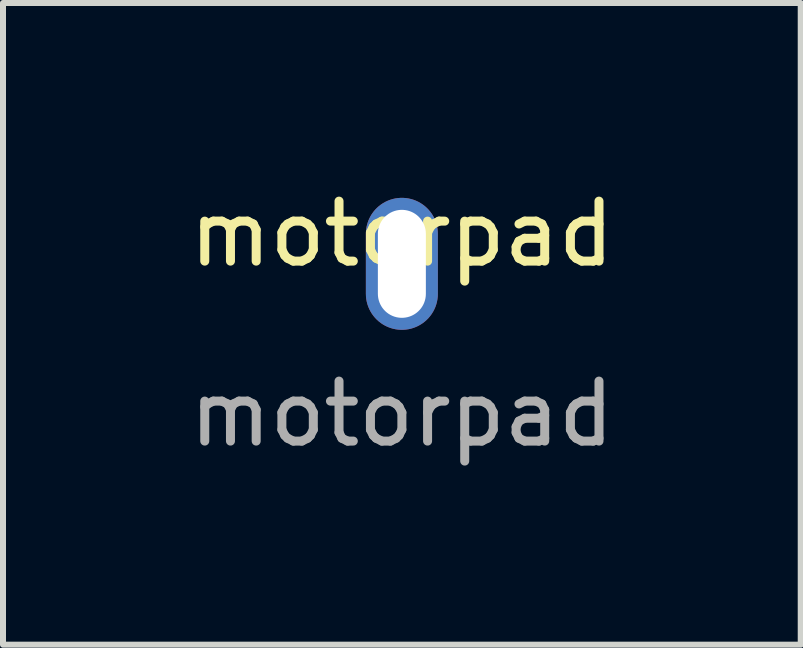
<source format=kicad_pcb>
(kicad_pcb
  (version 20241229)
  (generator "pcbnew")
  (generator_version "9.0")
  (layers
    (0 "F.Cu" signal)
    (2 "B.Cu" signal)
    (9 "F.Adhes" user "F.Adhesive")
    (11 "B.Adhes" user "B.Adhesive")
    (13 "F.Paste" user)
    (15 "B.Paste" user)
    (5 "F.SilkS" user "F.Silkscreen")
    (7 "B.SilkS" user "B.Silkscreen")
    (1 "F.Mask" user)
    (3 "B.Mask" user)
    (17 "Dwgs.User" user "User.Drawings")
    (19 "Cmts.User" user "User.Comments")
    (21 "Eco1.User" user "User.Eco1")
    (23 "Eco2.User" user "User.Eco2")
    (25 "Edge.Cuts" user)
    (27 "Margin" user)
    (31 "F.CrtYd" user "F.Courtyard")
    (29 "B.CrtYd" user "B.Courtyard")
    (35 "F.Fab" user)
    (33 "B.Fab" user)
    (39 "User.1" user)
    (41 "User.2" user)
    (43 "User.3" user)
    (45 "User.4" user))
  (footprint "motorpad"
    (layer "F.Cu")
    (at 3.649 1.348)
    (property "Reference" "motorpad" (at 0 -0.5 0) (unlocked yes) (layer "F.SilkS") (effects (font (size 1 1) (thickness 0.15))))
    (attr through_hole)
    (fp_text user "${REFERENCE}" (at 0 2.5 0) (unlocked yes) (layer "F.Fab") (effects (font (size 1 1) (thickness 0.15))))
    (pad "1" thru_hole oval (at 0 0) (size 1.2 2.2) (drill oval 0.8 1.8) (layers "*.Cu" "*.Mask")))
  (gr_rect
    (start -3 -3)
    (end 10.298 7.697)
    (stroke (width 0.1) (type default))
    (fill no)
    (layer "Edge.Cuts")))
</source>
